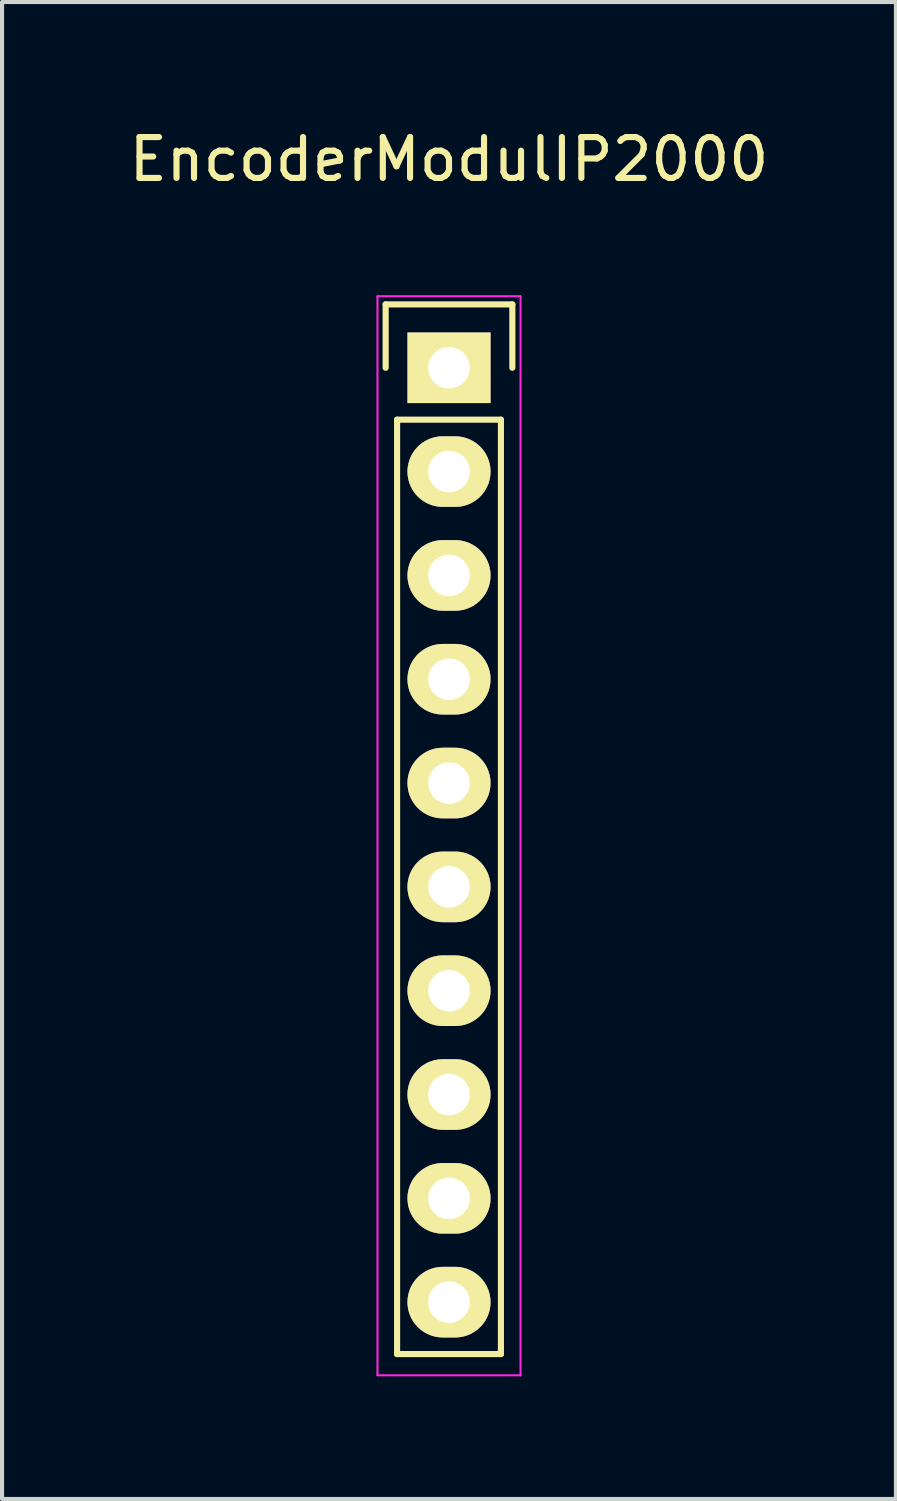
<source format=kicad_pcb>
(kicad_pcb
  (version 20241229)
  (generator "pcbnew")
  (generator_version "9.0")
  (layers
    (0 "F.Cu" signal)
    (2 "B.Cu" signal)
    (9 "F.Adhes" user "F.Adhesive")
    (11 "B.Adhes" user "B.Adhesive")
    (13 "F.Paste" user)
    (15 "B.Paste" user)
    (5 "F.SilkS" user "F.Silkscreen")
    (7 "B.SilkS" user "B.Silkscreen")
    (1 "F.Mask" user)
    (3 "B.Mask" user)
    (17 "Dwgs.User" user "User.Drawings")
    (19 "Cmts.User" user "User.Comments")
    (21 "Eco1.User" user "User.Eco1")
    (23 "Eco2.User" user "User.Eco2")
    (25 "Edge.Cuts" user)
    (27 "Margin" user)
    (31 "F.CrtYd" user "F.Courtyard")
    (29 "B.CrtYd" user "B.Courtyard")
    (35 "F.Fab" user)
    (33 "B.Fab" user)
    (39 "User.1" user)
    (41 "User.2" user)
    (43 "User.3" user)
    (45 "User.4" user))
  (footprint "EncoderModulIP2000"
    (layer "F.Cu")
    (at 7.935 5.948)
    (property "Reference" "EncoderModulIP2000" (at 0 -5.1 0) (layer "F.SilkS") (effects (font (size 1 1) (thickness 0.15))))
    (attr through_hole)
    (fp_line (start -1.55 -1.55) (end 1.55 -1.55) (stroke (width 0.15) (type solid)) (layer "F.SilkS"))
    (fp_line (start -1.55 0) (end -1.55 -1.55) (stroke (width 0.15) (type solid)) (layer "F.SilkS"))
    (fp_line (start -1.27 24.13) (end -1.27 1.27) (stroke (width 0.15) (type solid)) (layer "F.SilkS"))
    (fp_line (start 1.27 1.27) (end -1.27 1.27) (stroke (width 0.15) (type solid)) (layer "F.SilkS"))
    (fp_line (start 1.27 1.27) (end 1.27 24.13) (stroke (width 0.15) (type solid)) (layer "F.SilkS"))
    (fp_line (start 1.27 24.13) (end -1.27 24.13) (stroke (width 0.15) (type solid)) (layer "F.SilkS"))
    (fp_line (start 1.55 -1.55) (end 1.55 0) (stroke (width 0.15) (type solid)) (layer "F.SilkS"))
    (fp_line (start -1.75 -1.75) (end -1.75 24.65) (stroke (width 0.05) (type solid)) (layer "F.CrtYd"))
    (fp_line (start -1.75 -1.75) (end 1.75 -1.75) (stroke (width 0.05) (type solid)) (layer "F.CrtYd"))
    (fp_line (start -1.75 24.65) (end 1.75 24.65) (stroke (width 0.05) (type solid)) (layer "F.CrtYd"))
    (fp_line (start 1.75 -1.75) (end 1.75 24.65) (stroke (width 0.05) (type solid)) (layer "F.CrtYd"))
    (pad "1" thru_hole rect (at 0 0) (size 2.032 1.727) (drill 1.016) (layers "*.Cu" "*.Mask" "F.SilkS"))
    (pad "2" thru_hole oval (at 0 2.54) (size 2.032 1.727) (drill 1.016) (layers "*.Cu" "*.Mask" "F.SilkS"))
    (pad "3" thru_hole oval (at 0 5.08) (size 2.032 1.727) (drill 1.016) (layers "*.Cu" "*.Mask" "F.SilkS"))
    (pad "4" thru_hole oval (at 0 7.62) (size 2.032 1.727) (drill 1.016) (layers "*.Cu" "*.Mask" "F.SilkS"))
    (pad "5" thru_hole oval (at 0 10.16) (size 2.032 1.727) (drill 1.016) (layers "*.Cu" "*.Mask" "F.SilkS"))
    (pad "6" thru_hole oval (at 0 12.7) (size 2.032 1.727) (drill 1.016) (layers "*.Cu" "*.Mask" "F.SilkS"))
    (pad "7" thru_hole oval (at 0 15.24) (size 2.032 1.727) (drill 1.016) (layers "*.Cu" "*.Mask" "F.SilkS"))
    (pad "8" thru_hole oval (at 0 17.78) (size 2.032 1.727) (drill 1.016) (layers "*.Cu" "*.Mask" "F.SilkS"))
    (pad "9" thru_hole oval (at 0 20.32) (size 2.032 1.727) (drill 1.016) (layers "*.Cu" "*.Mask" "F.SilkS"))
    (pad "10" thru_hole oval (at 0 22.86) (size 2.032 1.727) (drill 1.016) (layers "*.Cu" "*.Mask" "F.SilkS")))
  (gr_rect
    (start -3 -3)
    (end 18.869 33.623)
    (stroke (width 0.1) (type default))
    (fill no)
    (layer "Edge.Cuts")))
</source>
